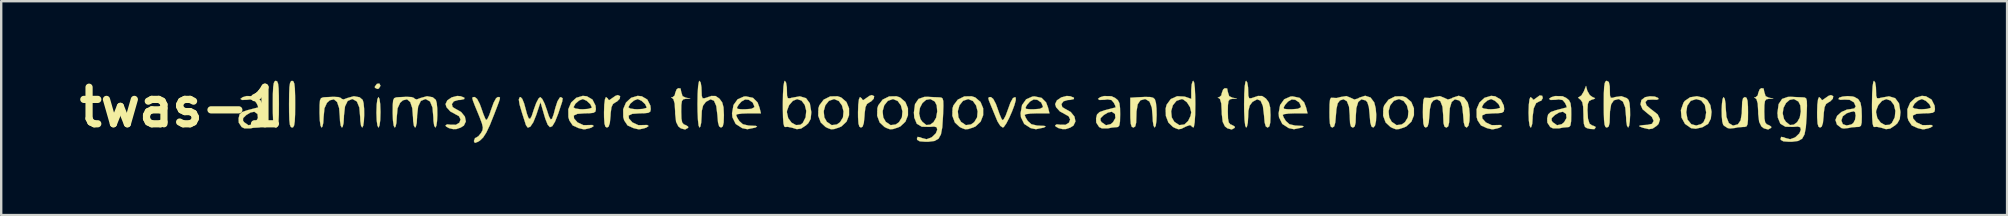
<source format=kicad_pcb>
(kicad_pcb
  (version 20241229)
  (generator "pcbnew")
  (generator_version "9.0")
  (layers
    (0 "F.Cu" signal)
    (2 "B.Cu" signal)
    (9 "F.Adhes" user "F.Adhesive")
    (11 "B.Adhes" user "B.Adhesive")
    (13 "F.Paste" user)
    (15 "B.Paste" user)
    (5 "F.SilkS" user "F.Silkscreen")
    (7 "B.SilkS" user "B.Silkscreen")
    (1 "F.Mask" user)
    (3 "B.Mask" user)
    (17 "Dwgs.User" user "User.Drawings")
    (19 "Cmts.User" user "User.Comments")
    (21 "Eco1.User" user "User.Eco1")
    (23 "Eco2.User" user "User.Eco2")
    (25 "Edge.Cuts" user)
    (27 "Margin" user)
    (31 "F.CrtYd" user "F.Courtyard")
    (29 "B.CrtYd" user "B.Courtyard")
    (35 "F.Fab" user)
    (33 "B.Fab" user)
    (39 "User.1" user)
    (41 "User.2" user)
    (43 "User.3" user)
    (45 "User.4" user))
  (footprint "twas-1"
    (layer "F.Cu")
    (at 4.507 1.418)
    (property "Reference" "twas-1" (at 0 0 0) (layer "F.SilkS") (effects (font (size 1.524 1.524) (thickness 0.3))))
    (attr through_hole)
    (fp_poly (pts (xy 8.297 -0.896) (xy 8.229 -0.779) (xy 8.163 -0.762) (xy 8.065 -0.811) (xy 8.063 -0.863) (xy 8.147 -0.974) (xy 8.248 -0.989) (xy 8.297 -0.896)) (stroke (width 0.01) (type solid)) (fill yes) (layer "F.SilkS"))
    (fp_poly (pts (xy 8.255 -0.345) (xy 8.285 -0.131) (xy 8.297 0.182) (xy 8.297 0.212) (xy 8.287 0.532) (xy 8.258 0.755) (xy 8.217 0.846) (xy 8.213 0.847) (xy 8.17 0.768) (xy 8.14 0.555) (xy 8.128 0.241) (xy 8.128 0.212) (xy 8.139 -0.108) (xy 8.167 -0.331) (xy 8.209 -0.423) (xy 8.213 -0.423) (xy 8.255 -0.345)) (stroke (width 0.01) (type solid)) (fill yes) (layer "F.SilkS"))
    (fp_poly (pts (xy 3.993 -1.075) (xy 4.03 -0.979) (xy 4.052 -0.787) (xy 4.062 -0.474) (xy 4.064 -0.127) (xy 4.061 0.301) (xy 4.048 0.585) (xy 4.023 0.753) (xy 3.982 0.831) (xy 3.937 0.847) (xy 3.881 0.821) (xy 3.844 0.725) (xy 3.822 0.533) (xy 3.812 0.22) (xy 3.81 -0.127) (xy 3.813 -0.555) (xy 3.826 -0.839) (xy 3.851 -1.007) (xy 3.892 -1.085) (xy 3.937 -1.101) (xy 3.993 -1.075)) (stroke (width 0.01) (type solid)) (fill yes) (layer "F.SilkS"))
    (fp_poly (pts (xy 4.67 -1.075) (xy 4.707 -0.979) (xy 4.729 -0.787) (xy 4.739 -0.474) (xy 4.741 -0.127) (xy 4.738 0.301) (xy 4.725 0.585) (xy 4.7 0.753) (xy 4.66 0.831) (xy 4.614 0.847) (xy 4.559 0.821) (xy 4.521 0.725) (xy 4.499 0.533) (xy 4.489 0.22) (xy 4.487 -0.127) (xy 4.491 -0.555) (xy 4.503 -0.839) (xy 4.528 -1.007) (xy 4.569 -1.085) (xy 4.614 -1.101) (xy 4.67 -1.075)) (stroke (width 0.01) (type solid)) (fill yes) (layer "F.SilkS"))
    (fp_poly (pts (xy 56.703 -0.476) (xy 56.727 -0.381) (xy 56.66 -0.269) (xy 56.603 -0.254) (xy 56.451 -0.175) (xy 56.349 0.046) (xy 56.304 0.388) (xy 56.303 0.46) (xy 56.287 0.689) (xy 56.245 0.828) (xy 56.219 0.847) (xy 56.176 0.768) (xy 56.146 0.555) (xy 56.134 0.241) (xy 56.134 0.212) (xy 56.145 -0.108) (xy 56.173 -0.331) (xy 56.215 -0.423) (xy 56.219 -0.423) (xy 56.3 -0.358) (xy 56.303 -0.333) (xy 56.351 -0.311) (xy 56.436 -0.375) (xy 56.6 -0.493) (xy 56.703 -0.476)) (stroke (width 0.01) (type solid)) (fill yes) (layer "F.SilkS"))
    (fp_poly (pts (xy 18.282 -0.461) (xy 18.266 -0.354) (xy 18.155 -0.241) (xy 18.098 -0.211) (xy 17.985 -0.135) (xy 17.922 -0.003) (xy 17.889 0.234) (xy 17.882 0.36) (xy 17.853 0.656) (xy 17.801 0.81) (xy 17.733 0.847) (xy 17.668 0.81) (xy 17.63 0.68) (xy 17.613 0.427) (xy 17.611 0.212) (xy 17.621 -0.108) (xy 17.65 -0.331) (xy 17.691 -0.423) (xy 17.695 -0.423) (xy 17.775 -0.357) (xy 17.78 -0.326) (xy 17.829 -0.295) (xy 17.935 -0.368) (xy 18.092 -0.477) (xy 18.189 -0.508) (xy 18.282 -0.461)) (stroke (width 0.01) (type solid)) (fill yes) (layer "F.SilkS"))
    (fp_poly (pts (xy 28.866 -0.461) (xy 28.849 -0.354) (xy 28.738 -0.241) (xy 28.681 -0.211) (xy 28.568 -0.135) (xy 28.505 -0.003) (xy 28.473 0.234) (xy 28.465 0.36) (xy 28.436 0.656) (xy 28.384 0.81) (xy 28.317 0.847) (xy 28.252 0.81) (xy 28.213 0.68) (xy 28.196 0.427) (xy 28.194 0.212) (xy 28.205 -0.108) (xy 28.233 -0.331) (xy 28.275 -0.423) (xy 28.279 -0.423) (xy 28.359 -0.357) (xy 28.363 -0.326) (xy 28.412 -0.295) (xy 28.518 -0.368) (xy 28.676 -0.477) (xy 28.772 -0.508) (xy 28.866 -0.461)) (stroke (width 0.01) (type solid)) (fill yes) (layer "F.SilkS"))
    (fp_poly (pts (xy 68.828 -0.461) (xy 68.812 -0.354) (xy 68.701 -0.241) (xy 68.644 -0.211) (xy 68.531 -0.135) (xy 68.468 -0.003) (xy 68.435 0.234) (xy 68.428 0.36) (xy 68.399 0.656) (xy 68.347 0.81) (xy 68.279 0.847) (xy 68.214 0.81) (xy 68.176 0.68) (xy 68.159 0.427) (xy 68.157 0.212) (xy 68.167 -0.108) (xy 68.196 -0.331) (xy 68.237 -0.423) (xy 68.241 -0.423) (xy 68.321 -0.357) (xy 68.326 -0.326) (xy 68.375 -0.295) (xy 68.481 -0.368) (xy 68.638 -0.477) (xy 68.735 -0.508) (xy 68.828 -0.461)) (stroke (width 0.01) (type solid)) (fill yes) (layer "F.SilkS"))
    (fp_poly (pts (xy 33.828 -0.347) (xy 33.937 -0.143) (xy 33.997 0.021) (xy 34.089 0.281) (xy 34.17 0.473) (xy 34.206 0.537) (xy 34.264 0.504) (xy 34.348 0.345) (xy 34.418 0.156) (xy 34.544 -0.191) (xy 34.648 -0.38) (xy 34.736 -0.42) (xy 34.764 -0.401) (xy 34.767 -0.294) (xy 34.71 -0.085) (xy 34.611 0.178) (xy 34.492 0.448) (xy 34.372 0.678) (xy 34.271 0.822) (xy 34.23 0.847) (xy 34.124 0.776) (xy 34.011 0.6) (xy 33.989 0.55) (xy 33.868 0.257) (xy 33.744 -0.043) (xy 33.74 -0.053) (xy 33.649 -0.276) (xy 33.623 -0.385) (xy 33.659 -0.42) (xy 33.733 -0.423) (xy 33.828 -0.347)) (stroke (width 0.01) (type solid)) (fill yes) (layer "F.SilkS"))
    (fp_poly (pts (xy 20.8 -0.782) (xy 20.828 -0.638) (xy 20.883 -0.462) (xy 21.018 -0.398) (xy 21.209 -0.362) (xy 21.018 -0.35) (xy 20.913 -0.329) (xy 20.856 -0.256) (xy 20.832 -0.091) (xy 20.828 0.177) (xy 20.836 0.469) (xy 20.867 0.634) (xy 20.933 0.713) (xy 20.996 0.737) (xy 21.112 0.802) (xy 21.118 0.856) (xy 20.99 0.928) (xy 20.811 0.879) (xy 20.707 0.798) (xy 20.614 0.61) (xy 20.576 0.278) (xy 20.574 0.17) (xy 20.555 -0.153) (xy 20.502 -0.336) (xy 20.468 -0.367) (xy 20.406 -0.406) (xy 20.468 -0.417) (xy 20.556 -0.493) (xy 20.574 -0.584) (xy 20.633 -0.741) (xy 20.701 -0.793) (xy 20.8 -0.782)) (stroke (width 0.01) (type solid)) (fill yes) (layer "F.SilkS"))
    (fp_poly (pts (xy 43.575 -0.782) (xy 43.603 -0.638) (xy 43.659 -0.462) (xy 43.794 -0.398) (xy 43.984 -0.362) (xy 43.794 -0.35) (xy 43.688 -0.329) (xy 43.631 -0.256) (xy 43.608 -0.091) (xy 43.603 0.177) (xy 43.611 0.469) (xy 43.642 0.634) (xy 43.709 0.713) (xy 43.772 0.737) (xy 43.887 0.802) (xy 43.894 0.856) (xy 43.765 0.928) (xy 43.586 0.879) (xy 43.482 0.798) (xy 43.39 0.61) (xy 43.351 0.278) (xy 43.349 0.17) (xy 43.331 -0.153) (xy 43.278 -0.336) (xy 43.243 -0.367) (xy 43.181 -0.406) (xy 43.243 -0.417) (xy 43.331 -0.493) (xy 43.349 -0.584) (xy 43.408 -0.741) (xy 43.476 -0.793) (xy 43.575 -0.782)) (stroke (width 0.01) (type solid)) (fill yes) (layer "F.SilkS"))
    (fp_poly (pts (xy 65.927 -0.782) (xy 65.955 -0.638) (xy 66.011 -0.462) (xy 66.146 -0.398) (xy 66.336 -0.362) (xy 66.146 -0.35) (xy 66.04 -0.329) (xy 65.983 -0.256) (xy 65.96 -0.091) (xy 65.955 0.177) (xy 65.963 0.469) (xy 65.994 0.634) (xy 66.061 0.713) (xy 66.124 0.737) (xy 66.239 0.802) (xy 66.246 0.856) (xy 66.117 0.928) (xy 65.938 0.879) (xy 65.834 0.798) (xy 65.742 0.61) (xy 65.703 0.278) (xy 65.701 0.17) (xy 65.683 -0.153) (xy 65.63 -0.336) (xy 65.596 -0.367) (xy 65.533 -0.406) (xy 65.596 -0.417) (xy 65.683 -0.493) (xy 65.701 -0.584) (xy 65.76 -0.741) (xy 65.828 -0.793) (xy 65.927 -0.782)) (stroke (width 0.01) (type solid)) (fill yes) (layer "F.SilkS"))
    (fp_poly (pts (xy 11.637 -0.459) (xy 11.792 -0.397) (xy 11.788 -0.341) (xy 11.634 -0.305) (xy 11.534 -0.3) (xy 11.355 -0.247) (xy 11.271 -0.132) (xy 11.304 -0.008) (xy 11.403 0.055) (xy 11.658 0.199) (xy 11.813 0.391) (xy 11.854 0.592) (xy 11.771 0.765) (xy 11.636 0.849) (xy 11.459 0.909) (xy 11.325 0.912) (xy 11.155 0.873) (xy 11.029 0.802) (xy 11.007 0.754) (xy 11.076 0.713) (xy 11.219 0.728) (xy 11.439 0.731) (xy 11.584 0.644) (xy 11.634 0.511) (xy 11.569 0.375) (xy 11.423 0.294) (xy 11.204 0.174) (xy 11.048 -0.000283) (xy 11.007 -0.131) (xy 11.081 -0.286) (xy 11.263 -0.41) (xy 11.491 -0.47) (xy 11.637 -0.459)) (stroke (width 0.01) (type solid)) (fill yes) (layer "F.SilkS"))
    (fp_poly (pts (xy 37.037 -0.459) (xy 37.192 -0.397) (xy 37.188 -0.341) (xy 37.034 -0.305) (xy 36.934 -0.3) (xy 36.755 -0.247) (xy 36.671 -0.132) (xy 36.704 -0.008) (xy 36.803 0.055) (xy 37.058 0.199) (xy 37.213 0.391) (xy 37.254 0.592) (xy 37.171 0.765) (xy 37.036 0.849) (xy 36.859 0.909) (xy 36.725 0.912) (xy 36.555 0.873) (xy 36.429 0.802) (xy 36.407 0.754) (xy 36.476 0.713) (xy 36.619 0.728) (xy 36.839 0.731) (xy 36.984 0.644) (xy 37.034 0.511) (xy 36.969 0.375) (xy 36.823 0.294) (xy 36.604 0.174) (xy 36.448 -0.000283) (xy 36.407 -0.131) (xy 36.481 -0.286) (xy 36.663 -0.41) (xy 36.891 -0.47) (xy 37.037 -0.459)) (stroke (width 0.01) (type solid)) (fill yes) (layer "F.SilkS"))
    (fp_poly (pts (xy 58.582 -0.685) (xy 58.685 -0.505) (xy 58.798 -0.424) (xy 58.907 -0.377) (xy 58.861 -0.342) (xy 58.775 -0.318) (xy 58.658 -0.261) (xy 58.603 -0.135) (xy 58.589 0.108) (xy 58.589 0.112) (xy 58.609 0.471) (xy 58.673 0.682) (xy 58.787 0.761) (xy 58.81 0.762) (xy 58.917 0.811) (xy 58.928 0.847) (xy 58.876 0.913) (xy 58.706 0.905) (xy 58.568 0.873) (xy 58.485 0.821) (xy 58.44 0.695) (xy 58.422 0.457) (xy 58.42 0.294) (xy 58.409 -0.024) (xy 58.371 -0.214) (xy 58.295 -0.317) (xy 58.272 -0.332) (xy 58.194 -0.401) (xy 58.232 -0.421) (xy 58.337 -0.493) (xy 58.434 -0.656) (xy 58.528 -0.889) (xy 58.582 -0.685)) (stroke (width 0.01) (type solid)) (fill yes) (layer "F.SilkS"))
    (fp_poly (pts (xy 40.372 -0.425) (xy 40.494 -0.394) (xy 40.561 -0.332) (xy 40.565 -0.326) (xy 40.607 -0.183) (xy 40.631 0.05) (xy 40.637 0.321) (xy 40.626 0.578) (xy 40.599 0.771) (xy 40.555 0.847) (xy 40.555 0.847) (xy 40.507 0.77) (xy 40.477 0.575) (xy 40.471 0.418) (xy 40.437 0.017) (xy 40.338 -0.236) (xy 40.175 -0.337) (xy 40.146 -0.339) (xy 39.961 -0.288) (xy 39.848 -0.123) (xy 39.798 0.176) (xy 39.793 0.356) (xy 39.783 0.645) (xy 39.746 0.798) (xy 39.675 0.846) (xy 39.666 0.847) (xy 39.599 0.813) (xy 39.559 0.691) (xy 39.542 0.45) (xy 39.539 0.226) (xy 39.539 -0.395) (xy 39.815 -0.413) (xy 40.158 -0.43) (xy 40.372 -0.425)) (stroke (width 0.01) (type solid)) (fill yes) (layer "F.SilkS"))
    (fp_poly (pts (xy 61.391 -0.445) (xy 61.528 -0.39) (xy 61.553 -0.343) (xy 61.481 -0.311) (xy 61.311 -0.319) (xy 61.092 -0.309) (xy 61.004 -0.217) (xy 61.051 -0.076) (xy 61.236 0.084) (xy 61.254 0.094) (xy 61.512 0.297) (xy 61.611 0.503) (xy 61.549 0.698) (xy 61.469 0.778) (xy 61.305 0.889) (xy 61.149 0.914) (xy 60.924 0.862) (xy 60.875 0.847) (xy 60.75 0.797) (xy 60.76 0.765) (xy 60.918 0.744) (xy 61.087 0.733) (xy 61.277 0.692) (xy 61.34 0.58) (xy 61.341 0.557) (xy 61.27 0.402) (xy 61.091 0.257) (xy 61.087 0.255) (xy 60.883 0.083) (xy 60.797 -0.117) (xy 60.835 -0.3) (xy 60.988 -0.418) (xy 61.189 -0.457) (xy 61.391 -0.445)) (stroke (width 0.01) (type solid)) (fill yes) (layer "F.SilkS"))
    (fp_poly (pts (xy 63.437 -0.394) (xy 63.58 -0.3) (xy 63.708 -0.09) (xy 63.758 0.192) (xy 63.728 0.476) (xy 63.618 0.689) (xy 63.606 0.7) (xy 63.372 0.836) (xy 63.099 0.896) (xy 62.907 0.873) (xy 62.652 0.695) (xy 62.506 0.428) (xy 62.489 0.212) (xy 62.704 0.212) (xy 62.759 0.517) (xy 62.915 0.707) (xy 63.119 0.762) (xy 63.322 0.705) (xy 63.422 0.627) (xy 63.501 0.45) (xy 63.534 0.212) (xy 63.534 0.212) (xy 63.479 -0.094) (xy 63.323 -0.283) (xy 63.119 -0.339) (xy 62.889 -0.265) (xy 62.746 -0.059) (xy 62.704 0.212) (xy 62.489 0.212) (xy 62.481 0.118) (xy 62.588 -0.185) (xy 62.642 -0.262) (xy 62.864 -0.414) (xy 63.151 -0.459) (xy 63.437 -0.394)) (stroke (width 0.01) (type solid)) (fill yes) (layer "F.SilkS"))
    (fp_poly (pts (xy 27.49 -0.408) (xy 27.711 -0.22) (xy 27.82 0.043) (xy 27.82 0.333) (xy 27.715 0.601) (xy 27.506 0.798) (xy 27.411 0.841) (xy 27.203 0.909) (xy 27.072 0.919) (xy 26.935 0.869) (xy 26.842 0.823) (xy 26.641 0.635) (xy 26.536 0.355) (xy 26.541 0.165) (xy 26.764 0.165) (xy 26.79 0.422) (xy 26.895 0.607) (xy 27.099 0.746) (xy 27.314 0.717) (xy 27.447 0.622) (xy 27.568 0.421) (xy 27.59 0.173) (xy 27.527 -0.072) (xy 27.393 -0.26) (xy 27.202 -0.339) (xy 27.193 -0.339) (xy 26.981 -0.266) (xy 26.833 -0.081) (xy 26.764 0.165) (xy 26.541 0.165) (xy 26.545 0.041) (xy 26.583 -0.078) (xy 26.765 -0.318) (xy 27.037 -0.451) (xy 27.344 -0.457) (xy 27.49 -0.408)) (stroke (width 0.01) (type solid)) (fill yes) (layer "F.SilkS"))
    (fp_poly (pts (xy 29.945 -0.408) (xy 30.166 -0.22) (xy 30.275 0.043) (xy 30.276 0.333) (xy 30.17 0.601) (xy 29.961 0.798) (xy 29.867 0.841) (xy 29.658 0.909) (xy 29.527 0.919) (xy 29.39 0.869) (xy 29.298 0.823) (xy 29.096 0.635) (xy 28.992 0.355) (xy 28.997 0.165) (xy 29.219 0.165) (xy 29.245 0.422) (xy 29.35 0.607) (xy 29.554 0.746) (xy 29.769 0.717) (xy 29.902 0.622) (xy 30.023 0.421) (xy 30.045 0.173) (xy 29.983 -0.072) (xy 29.848 -0.26) (xy 29.657 -0.339) (xy 29.648 -0.339) (xy 29.437 -0.266) (xy 29.288 -0.081) (xy 29.219 0.165) (xy 28.997 0.165) (xy 29 0.041) (xy 29.038 -0.078) (xy 29.22 -0.318) (xy 29.492 -0.451) (xy 29.799 -0.457) (xy 29.945 -0.408)) (stroke (width 0.01) (type solid)) (fill yes) (layer "F.SilkS"))
    (fp_poly (pts (xy 33.078 -0.408) (xy 33.299 -0.22) (xy 33.408 0.043) (xy 33.408 0.333) (xy 33.303 0.601) (xy 33.094 0.798) (xy 32.999 0.841) (xy 32.791 0.909) (xy 32.66 0.919) (xy 32.523 0.869) (xy 32.43 0.823) (xy 32.229 0.635) (xy 32.124 0.355) (xy 32.129 0.165) (xy 32.352 0.165) (xy 32.378 0.422) (xy 32.483 0.607) (xy 32.687 0.746) (xy 32.902 0.717) (xy 33.035 0.622) (xy 33.156 0.421) (xy 33.178 0.173) (xy 33.115 -0.072) (xy 32.981 -0.26) (xy 32.79 -0.339) (xy 32.781 -0.339) (xy 32.569 -0.266) (xy 32.421 -0.081) (xy 32.352 0.165) (xy 32.129 0.165) (xy 32.133 0.041) (xy 32.171 -0.078) (xy 32.353 -0.318) (xy 32.625 -0.451) (xy 32.932 -0.457) (xy 33.078 -0.408)) (stroke (width 0.01) (type solid)) (fill yes) (layer "F.SilkS"))
    (fp_poly (pts (xy 51.027 -0.408) (xy 51.248 -0.22) (xy 51.357 0.043) (xy 51.358 0.333) (xy 51.252 0.601) (xy 51.043 0.798) (xy 50.949 0.841) (xy 50.74 0.909) (xy 50.609 0.919) (xy 50.472 0.869) (xy 50.38 0.823) (xy 50.178 0.635) (xy 50.074 0.355) (xy 50.079 0.165) (xy 50.301 0.165) (xy 50.327 0.422) (xy 50.432 0.607) (xy 50.636 0.746) (xy 50.851 0.717) (xy 50.984 0.622) (xy 51.105 0.421) (xy 51.127 0.173) (xy 51.065 -0.072) (xy 50.93 -0.26) (xy 50.739 -0.339) (xy 50.73 -0.339) (xy 50.519 -0.266) (xy 50.37 -0.081) (xy 50.301 0.165) (xy 50.079 0.165) (xy 50.082 0.041) (xy 50.12 -0.078) (xy 50.302 -0.318) (xy 50.574 -0.451) (xy 50.881 -0.457) (xy 51.027 -0.408)) (stroke (width 0.01) (type solid)) (fill yes) (layer "F.SilkS"))
    (fp_poly (pts (xy 65.218 -0.39) (xy 65.258 -0.269) (xy 65.275 -0.029) (xy 65.278 0.203) (xy 65.275 0.523) (xy 65.258 0.709) (xy 65.216 0.797) (xy 65.139 0.821) (xy 65.088 0.821) (xy 64.85 0.838) (xy 64.728 0.865) (xy 64.527 0.886) (xy 64.431 0.869) (xy 64.279 0.771) (xy 64.242 0.728) (xy 64.204 0.593) (xy 64.184 0.366) (xy 64.18 0.098) (xy 64.193 -0.158) (xy 64.22 -0.349) (xy 64.262 -0.423) (xy 64.31 -0.347) (xy 64.341 -0.152) (xy 64.347 0.006) (xy 64.38 0.406) (xy 64.479 0.659) (xy 64.642 0.76) (xy 64.671 0.762) (xy 64.856 0.711) (xy 64.969 0.547) (xy 65.019 0.248) (xy 65.024 0.068) (xy 65.034 -0.222) (xy 65.071 -0.375) (xy 65.142 -0.423) (xy 65.151 -0.423) (xy 65.218 -0.39)) (stroke (width 0.01) (type solid)) (fill yes) (layer "F.SilkS"))
    (fp_poly (pts (xy 23.818 -0.391) (xy 24.008 -0.202) (xy 24.091 0.021) (xy 24.148 0.254) (xy 23.631 0.254) (xy 23.361 0.264) (xy 23.173 0.289) (xy 23.114 0.32) (xy 23.158 0.432) (xy 23.246 0.574) (xy 23.396 0.709) (xy 23.63 0.763) (xy 23.733 0.768) (xy 23.938 0.778) (xy 23.989 0.805) (xy 23.918 0.847) (xy 23.584 0.916) (xy 23.368 0.871) (xy 23.096 0.696) (xy 22.961 0.421) (xy 22.945 0.25) (xy 22.988 0.01) (xy 23.151 0.01) (xy 23.17 0.066) (xy 23.307 0.083) (xy 23.485 0.085) (xy 23.748 0.066) (xy 23.866 0.006) (xy 23.876 -0.032) (xy 23.804 -0.199) (xy 23.636 -0.311) (xy 23.488 -0.324) (xy 23.336 -0.236) (xy 23.22 -0.106) (xy 23.151 0.01) (xy 22.988 0.01) (xy 23.006 -0.092) (xy 23.178 -0.332) (xy 23.441 -0.446) (xy 23.528 -0.452) (xy 23.818 -0.391)) (stroke (width 0.01) (type solid)) (fill yes) (layer "F.SilkS"))
    (fp_poly (pts (xy 35.841 -0.391) (xy 36.031 -0.202) (xy 36.114 0.021) (xy 36.171 0.254) (xy 35.654 0.254) (xy 35.383 0.264) (xy 35.196 0.289) (xy 35.137 0.32) (xy 35.181 0.432) (xy 35.268 0.574) (xy 35.419 0.709) (xy 35.653 0.763) (xy 35.755 0.768) (xy 35.96 0.778) (xy 36.012 0.805) (xy 35.941 0.847) (xy 35.607 0.916) (xy 35.391 0.871) (xy 35.119 0.696) (xy 34.984 0.421) (xy 34.967 0.25) (xy 35.011 0.01) (xy 35.174 0.01) (xy 35.193 0.066) (xy 35.329 0.083) (xy 35.507 0.085) (xy 35.771 0.066) (xy 35.888 0.006) (xy 35.899 -0.032) (xy 35.826 -0.199) (xy 35.659 -0.311) (xy 35.511 -0.324) (xy 35.359 -0.236) (xy 35.242 -0.106) (xy 35.174 0.01) (xy 35.011 0.01) (xy 35.029 -0.092) (xy 35.201 -0.332) (xy 35.464 -0.446) (xy 35.551 -0.452) (xy 35.841 -0.391)) (stroke (width 0.01) (type solid)) (fill yes) (layer "F.SilkS"))
    (fp_poly (pts (xy 46.593 -0.391) (xy 46.783 -0.202) (xy 46.867 0.021) (xy 46.924 0.254) (xy 46.407 0.254) (xy 46.136 0.264) (xy 45.949 0.289) (xy 45.889 0.32) (xy 45.933 0.432) (xy 46.021 0.574) (xy 46.171 0.709) (xy 46.405 0.763) (xy 46.508 0.768) (xy 46.713 0.778) (xy 46.764 0.805) (xy 46.694 0.847) (xy 46.36 0.916) (xy 46.143 0.871) (xy 45.872 0.696) (xy 45.736 0.421) (xy 45.72 0.25) (xy 45.763 0.01) (xy 45.927 0.01) (xy 45.946 0.066) (xy 46.082 0.083) (xy 46.26 0.085) (xy 46.524 0.066) (xy 46.641 0.006) (xy 46.651 -0.032) (xy 46.579 -0.199) (xy 46.412 -0.311) (xy 46.263 -0.324) (xy 46.111 -0.236) (xy 45.995 -0.106) (xy 45.927 0.01) (xy 45.763 0.01) (xy 45.782 -0.092) (xy 45.953 -0.332) (xy 46.216 -0.446) (xy 46.304 -0.452) (xy 46.593 -0.391)) (stroke (width 0.01) (type solid)) (fill yes) (layer "F.SilkS"))
    (fp_poly (pts (xy 13.274 -0.408) (xy 13.27 -0.343) (xy 13.223 -0.2) (xy 13.128 0.051) (xy 13.033 0.298) (xy 12.855 0.743) (xy 12.707 1.054) (xy 12.574 1.261) (xy 12.437 1.392) (xy 12.361 1.439) (xy 12.231 1.487) (xy 12.192 1.419) (xy 12.192 1.4) (xy 12.236 1.285) (xy 12.275 1.27) (xy 12.377 1.206) (xy 12.487 1.072) (xy 12.547 0.96) (xy 12.562 0.842) (xy 12.524 0.676) (xy 12.428 0.417) (xy 12.362 0.256) (xy 12.227 -0.071) (xy 12.15 -0.272) (xy 12.123 -0.377) (xy 12.14 -0.418) (xy 12.197 -0.424) (xy 12.228 -0.423) (xy 12.323 -0.347) (xy 12.431 -0.143) (xy 12.492 0.021) (xy 12.582 0.28) (xy 12.661 0.47) (xy 12.696 0.532) (xy 12.749 0.493) (xy 12.828 0.328) (xy 12.911 0.087) (xy 13.012 -0.191) (xy 13.112 -0.373) (xy 13.179 -0.423) (xy 13.242 -0.424) (xy 13.274 -0.408)) (stroke (width 0.01) (type solid)) (fill yes) (layer "F.SilkS"))
    (fp_poly (pts (xy 59.478 -1.051) (xy 59.516 -0.88) (xy 59.521 -0.722) (xy 59.526 -0.491) (xy 59.56 -0.393) (xy 59.647 -0.393) (xy 59.732 -0.423) (xy 60.001 -0.461) (xy 60.228 -0.379) (xy 60.303 -0.303) (xy 60.341 -0.169) (xy 60.361 0.057) (xy 60.365 0.325) (xy 60.352 0.58) (xy 60.324 0.772) (xy 60.283 0.847) (xy 60.235 0.77) (xy 60.204 0.575) (xy 60.198 0.418) (xy 60.164 0.017) (xy 60.065 -0.236) (xy 59.903 -0.337) (xy 59.873 -0.339) (xy 59.688 -0.288) (xy 59.576 -0.123) (xy 59.526 0.176) (xy 59.521 0.356) (xy 59.51 0.645) (xy 59.474 0.798) (xy 59.403 0.846) (xy 59.394 0.847) (xy 59.338 0.821) (xy 59.301 0.725) (xy 59.279 0.533) (xy 59.269 0.22) (xy 59.267 -0.127) (xy 59.27 -0.555) (xy 59.283 -0.839) (xy 59.308 -1.007) (xy 59.348 -1.085) (xy 59.394 -1.101) (xy 59.478 -1.051)) (stroke (width 0.01) (type solid)) (fill yes) (layer "F.SilkS"))
    (fp_poly (pts (xy 21.64 -1.025) (xy 21.67 -0.833) (xy 21.675 -0.711) (xy 21.683 -0.475) (xy 21.718 -0.374) (xy 21.797 -0.372) (xy 21.823 -0.382) (xy 22.083 -0.47) (xy 22.257 -0.467) (xy 22.406 -0.369) (xy 22.429 -0.346) (xy 22.536 -0.199) (xy 22.59 0.004) (xy 22.606 0.318) (xy 22.606 0.339) (xy 22.596 0.636) (xy 22.56 0.795) (xy 22.491 0.846) (xy 22.483 0.847) (xy 22.408 0.798) (xy 22.361 0.633) (xy 22.335 0.327) (xy 22.335 0.326) (xy 22.288 -0.052) (xy 22.193 -0.271) (xy 22.05 -0.33) (xy 21.861 -0.227) (xy 21.849 -0.216) (xy 21.737 -0.067) (xy 21.685 0.151) (xy 21.675 0.394) (xy 21.66 0.645) (xy 21.624 0.809) (xy 21.59 0.847) (xy 21.552 0.766) (xy 21.525 0.536) (xy 21.509 0.178) (xy 21.505 -0.127) (xy 21.512 -0.56) (xy 21.532 -0.879) (xy 21.564 -1.063) (xy 21.59 -1.101) (xy 21.64 -1.025)) (stroke (width 0.01) (type solid)) (fill yes) (layer "F.SilkS"))
    (fp_poly (pts (xy 44.415 -1.025) (xy 44.446 -0.833) (xy 44.45 -0.711) (xy 44.458 -0.475) (xy 44.494 -0.374) (xy 44.572 -0.372) (xy 44.598 -0.382) (xy 44.858 -0.47) (xy 45.032 -0.467) (xy 45.181 -0.369) (xy 45.204 -0.346) (xy 45.311 -0.199) (xy 45.365 0.004) (xy 45.381 0.318) (xy 45.381 0.339) (xy 45.371 0.636) (xy 45.335 0.795) (xy 45.266 0.846) (xy 45.258 0.847) (xy 45.184 0.798) (xy 45.137 0.633) (xy 45.11 0.327) (xy 45.11 0.326) (xy 45.063 -0.052) (xy 44.968 -0.271) (xy 44.825 -0.33) (xy 44.636 -0.227) (xy 44.624 -0.216) (xy 44.513 -0.067) (xy 44.46 0.151) (xy 44.45 0.394) (xy 44.436 0.645) (xy 44.399 0.809) (xy 44.365 0.847) (xy 44.328 0.766) (xy 44.3 0.536) (xy 44.284 0.178) (xy 44.281 -0.127) (xy 44.288 -0.56) (xy 44.308 -0.879) (xy 44.339 -1.063) (xy 44.365 -1.101) (xy 44.415 -1.025)) (stroke (width 0.01) (type solid)) (fill yes) (layer "F.SilkS"))
    (fp_poly (pts (xy 69.626 -0.45) (xy 69.711 -0.428) (xy 69.87 -0.337) (xy 69.965 -0.186) (xy 70.009 0.061) (xy 70.019 0.379) (xy 70.013 0.64) (xy 69.982 0.773) (xy 69.908 0.819) (xy 69.829 0.821) (xy 69.591 0.838) (xy 69.469 0.865) (xy 69.269 0.886) (xy 69.173 0.869) (xy 68.983 0.722) (xy 68.928 0.553) (xy 69.167 0.553) (xy 69.229 0.706) (xy 69.385 0.76) (xy 69.577 0.72) (xy 69.664 0.66) (xy 69.737 0.522) (xy 69.763 0.347) (xy 69.739 0.208) (xy 69.686 0.169) (xy 69.554 0.197) (xy 69.39 0.252) (xy 69.226 0.378) (xy 69.167 0.553) (xy 68.928 0.553) (xy 68.92 0.529) (xy 68.992 0.356) (xy 69.171 0.198) (xy 69.4 0.098) (xy 69.511 0.085) (xy 69.707 0.05) (xy 69.765 -0.032) (xy 69.692 -0.203) (xy 69.509 -0.309) (xy 69.298 -0.318) (xy 69.124 -0.308) (xy 69.045 -0.34) (xy 69.078 -0.401) (xy 69.223 -0.445) (xy 69.425 -0.464) (xy 69.626 -0.45)) (stroke (width 0.01) (type solid)) (fill yes) (layer "F.SilkS"))
    (fp_poly (pts (xy 15.889 -0.372) (xy 15.868 -0.233) (xy 15.703 0.265) (xy 15.568 0.604) (xy 15.455 0.79) (xy 15.357 0.83) (xy 15.264 0.729) (xy 15.169 0.493) (xy 15.117 0.321) (xy 14.964 -0.212) (xy 14.789 0.318) (xy 14.665 0.625) (xy 14.543 0.808) (xy 14.436 0.853) (xy 14.358 0.747) (xy 14.356 0.741) (xy 14.312 0.603) (xy 14.237 0.369) (xy 14.189 0.218) (xy 14.091 -0.118) (xy 14.06 -0.321) (xy 14.094 -0.412) (xy 14.136 -0.423) (xy 14.204 -0.349) (xy 14.28 -0.163) (xy 14.308 -0.064) (xy 14.4 0.278) (xy 14.469 0.459) (xy 14.531 0.486) (xy 14.598 0.366) (xy 14.684 0.103) (xy 14.686 0.096) (xy 14.785 -0.176) (xy 14.883 -0.363) (xy 14.954 -0.423) (xy 15.035 -0.348) (xy 15.135 -0.151) (xy 15.224 0.097) (xy 15.317 0.379) (xy 15.385 0.508) (xy 15.444 0.481) (xy 15.512 0.295) (xy 15.584 0.021) (xy 15.672 -0.249) (xy 15.767 -0.402) (xy 15.812 -0.423) (xy 15.889 -0.372)) (stroke (width 0.01) (type solid)) (fill yes) (layer "F.SilkS"))
    (fp_poly (pts (xy 16.898 -0.456) (xy 17.131 -0.318) (xy 17.257 -0.067) (xy 17.272 0.079) (xy 17.253 0.18) (xy 17.17 0.233) (xy 16.982 0.252) (xy 16.806 0.254) (xy 16.499 0.276) (xy 16.352 0.345) (xy 16.361 0.467) (xy 16.507 0.632) (xy 16.755 0.747) (xy 16.93 0.744) (xy 17.125 0.739) (xy 17.182 0.782) (xy 17.089 0.848) (xy 16.997 0.878) (xy 16.831 0.915) (xy 16.764 0.92) (xy 16.656 0.895) (xy 16.552 0.87) (xy 16.306 0.759) (xy 16.166 0.55) (xy 16.126 0.412) (xy 16.123 0.083) (xy 16.155 0.006) (xy 16.341 0.006) (xy 16.416 0.053) (xy 16.608 0.081) (xy 16.722 0.085) (xy 16.949 0.069) (xy 17.085 0.03) (xy 17.103 0.006) (xy 17.037 -0.131) (xy 16.89 -0.267) (xy 16.736 -0.338) (xy 16.722 -0.339) (xy 16.571 -0.279) (xy 16.419 -0.147) (xy 16.342 -0.007) (xy 16.341 0.006) (xy 16.155 0.006) (xy 16.241 -0.196) (xy 16.453 -0.393) (xy 16.727 -0.474) (xy 16.898 -0.456)) (stroke (width 0.01) (type solid)) (fill yes) (layer "F.SilkS"))
    (fp_poly (pts (xy 19.184 -0.456) (xy 19.417 -0.318) (xy 19.543 -0.067) (xy 19.558 0.079) (xy 19.539 0.18) (xy 19.456 0.233) (xy 19.268 0.252) (xy 19.092 0.254) (xy 18.785 0.276) (xy 18.638 0.345) (xy 18.647 0.467) (xy 18.793 0.632) (xy 19.041 0.747) (xy 19.216 0.744) (xy 19.411 0.739) (xy 19.468 0.782) (xy 19.375 0.848) (xy 19.283 0.878) (xy 19.117 0.915) (xy 19.05 0.92) (xy 18.942 0.895) (xy 18.838 0.87) (xy 18.592 0.759) (xy 18.452 0.55) (xy 18.412 0.412) (xy 18.409 0.083) (xy 18.441 0.006) (xy 18.627 0.006) (xy 18.702 0.053) (xy 18.894 0.081) (xy 19.008 0.085) (xy 19.235 0.069) (xy 19.371 0.03) (xy 19.389 0.006) (xy 19.323 -0.131) (xy 19.176 -0.267) (xy 19.022 -0.338) (xy 19.008 -0.339) (xy 18.857 -0.279) (xy 18.705 -0.147) (xy 18.628 -0.007) (xy 18.627 0.006) (xy 18.441 0.006) (xy 18.527 -0.196) (xy 18.739 -0.393) (xy 19.013 -0.474) (xy 19.184 -0.456)) (stroke (width 0.01) (type solid)) (fill yes) (layer "F.SilkS"))
    (fp_poly (pts (xy 25.196 -1.025) (xy 25.227 -0.833) (xy 25.231 -0.714) (xy 25.237 -0.48) (xy 25.271 -0.379) (xy 25.355 -0.372) (xy 25.421 -0.392) (xy 25.771 -0.455) (xy 26.028 -0.378) (xy 26.187 -0.162) (xy 26.246 0.19) (xy 26.247 0.222) (xy 26.221 0.488) (xy 26.122 0.666) (xy 26.024 0.756) (xy 25.82 0.89) (xy 25.645 0.914) (xy 25.442 0.852) (xy 25.257 0.815) (xy 25.167 0.825) (xy 25.12 0.802) (xy 25.088 0.678) (xy 25.069 0.432) (xy 25.065 0.212) (xy 25.231 0.212) (xy 25.286 0.456) (xy 25.425 0.642) (xy 25.608 0.743) (xy 25.792 0.732) (xy 25.891 0.656) (xy 26.012 0.416) (xy 26.037 0.149) (xy 25.975 -0.098) (xy 25.839 -0.276) (xy 25.657 -0.339) (xy 25.478 -0.265) (xy 25.322 -0.084) (xy 25.236 0.145) (xy 25.231 0.212) (xy 25.065 0.212) (xy 25.062 0.044) (xy 25.061 -0.118) (xy 25.068 -0.554) (xy 25.088 -0.875) (xy 25.119 -1.061) (xy 25.146 -1.101) (xy 25.196 -1.025)) (stroke (width 0.01) (type solid)) (fill yes) (layer "F.SilkS"))
    (fp_poly (pts (xy 54.744 -0.456) (xy 54.977 -0.318) (xy 55.103 -0.067) (xy 55.118 0.079) (xy 55.099 0.18) (xy 55.016 0.233) (xy 54.828 0.252) (xy 54.652 0.254) (xy 54.345 0.276) (xy 54.198 0.345) (xy 54.207 0.467) (xy 54.353 0.632) (xy 54.601 0.747) (xy 54.776 0.744) (xy 54.971 0.739) (xy 55.028 0.782) (xy 54.935 0.848) (xy 54.843 0.878) (xy 54.677 0.915) (xy 54.61 0.92) (xy 54.502 0.895) (xy 54.398 0.87) (xy 54.152 0.759) (xy 54.012 0.55) (xy 53.972 0.412) (xy 53.969 0.083) (xy 54.001 0.006) (xy 54.187 0.006) (xy 54.262 0.053) (xy 54.454 0.081) (xy 54.568 0.085) (xy 54.795 0.069) (xy 54.931 0.03) (xy 54.949 0.006) (xy 54.883 -0.131) (xy 54.736 -0.267) (xy 54.582 -0.338) (xy 54.568 -0.339) (xy 54.417 -0.279) (xy 54.265 -0.147) (xy 54.188 -0.007) (xy 54.187 0.006) (xy 54.001 0.006) (xy 54.087 -0.196) (xy 54.299 -0.393) (xy 54.573 -0.474) (xy 54.744 -0.456)) (stroke (width 0.01) (type solid)) (fill yes) (layer "F.SilkS"))
    (fp_poly (pts (xy 70.578 -1.025) (xy 70.608 -0.833) (xy 70.612 -0.714) (xy 70.618 -0.48) (xy 70.652 -0.379) (xy 70.736 -0.372) (xy 70.802 -0.392) (xy 71.152 -0.455) (xy 71.409 -0.378) (xy 71.569 -0.162) (xy 71.628 0.19) (xy 71.628 0.222) (xy 71.602 0.488) (xy 71.504 0.666) (xy 71.405 0.756) (xy 71.201 0.89) (xy 71.027 0.914) (xy 70.824 0.852) (xy 70.639 0.815) (xy 70.549 0.825) (xy 70.501 0.802) (xy 70.469 0.678) (xy 70.451 0.432) (xy 70.446 0.212) (xy 70.612 0.212) (xy 70.667 0.456) (xy 70.807 0.642) (xy 70.989 0.743) (xy 71.174 0.732) (xy 71.272 0.656) (xy 71.394 0.416) (xy 71.418 0.149) (xy 71.357 -0.098) (xy 71.221 -0.276) (xy 71.038 -0.339) (xy 70.86 -0.265) (xy 70.704 -0.084) (xy 70.617 0.145) (xy 70.612 0.212) (xy 70.446 0.212) (xy 70.443 0.044) (xy 70.443 -0.118) (xy 70.45 -0.554) (xy 70.469 -0.875) (xy 70.5 -1.061) (xy 70.527 -1.101) (xy 70.578 -1.025)) (stroke (width 0.01) (type solid)) (fill yes) (layer "F.SilkS"))
    (fp_poly (pts (xy 72.693 -0.456) (xy 72.927 -0.318) (xy 73.052 -0.067) (xy 73.067 0.079) (xy 73.049 0.18) (xy 72.965 0.233) (xy 72.777 0.252) (xy 72.602 0.254) (xy 72.294 0.276) (xy 72.147 0.345) (xy 72.156 0.467) (xy 72.302 0.632) (xy 72.55 0.747) (xy 72.725 0.744) (xy 72.92 0.739) (xy 72.978 0.782) (xy 72.884 0.848) (xy 72.792 0.878) (xy 72.627 0.915) (xy 72.559 0.92) (xy 72.451 0.895) (xy 72.348 0.87) (xy 72.101 0.759) (xy 71.961 0.55) (xy 71.922 0.412) (xy 71.918 0.083) (xy 71.951 0.006) (xy 72.136 0.006) (xy 72.212 0.053) (xy 72.403 0.081) (xy 72.517 0.085) (xy 72.744 0.069) (xy 72.881 0.03) (xy 72.898 0.006) (xy 72.833 -0.131) (xy 72.686 -0.267) (xy 72.531 -0.338) (xy 72.517 -0.339) (xy 72.366 -0.279) (xy 72.215 -0.147) (xy 72.137 -0.007) (xy 72.136 0.006) (xy 71.951 0.006) (xy 72.037 -0.196) (xy 72.248 -0.393) (xy 72.523 -0.474) (xy 72.693 -0.456)) (stroke (width 0.01) (type solid)) (fill yes) (layer "F.SilkS"))
    (fp_poly (pts (xy 3.023 -0.46) (xy 3.178 -0.387) (xy 3.293 -0.292) (xy 3.356 -0.168) (xy 3.382 0.036) (xy 3.387 0.293) (xy 3.38 0.591) (xy 3.354 0.755) (xy 3.299 0.822) (xy 3.239 0.83) (xy 3.041 0.847) (xy 2.879 0.881) (xy 2.627 0.881) (xy 2.512 0.825) (xy 2.391 0.641) (xy 2.388 0.556) (xy 2.568 0.556) (xy 2.617 0.625) (xy 2.796 0.75) (xy 2.988 0.707) (xy 3.089 0.625) (xy 3.19 0.448) (xy 3.172 0.282) (xy 3.043 0.189) (xy 3.04 0.188) (xy 2.882 0.219) (xy 2.705 0.325) (xy 2.573 0.454) (xy 2.568 0.556) (xy 2.388 0.556) (xy 2.385 0.461) (xy 2.425 0.3) (xy 2.529 0.201) (xy 2.747 0.125) (xy 2.794 0.113) (xy 3.024 0.053) (xy 3.173 0.014) (xy 3.199 0.007) (xy 3.184 -0.062) (xy 3.127 -0.179) (xy 3.025 -0.3) (xy 2.864 -0.326) (xy 2.743 -0.311) (xy 2.527 -0.302) (xy 2.462 -0.348) (xy 2.554 -0.418) (xy 2.713 -0.466) (xy 3.023 -0.46)) (stroke (width 0.01) (type solid)) (fill yes) (layer "F.SilkS"))
    (fp_poly (pts (xy 38.752 -0.46) (xy 38.908 -0.387) (xy 39.023 -0.292) (xy 39.086 -0.168) (xy 39.112 0.036) (xy 39.116 0.293) (xy 39.11 0.591) (xy 39.084 0.755) (xy 39.029 0.822) (xy 38.968 0.83) (xy 38.771 0.847) (xy 38.608 0.881) (xy 38.357 0.881) (xy 38.241 0.825) (xy 38.12 0.641) (xy 38.117 0.556) (xy 38.298 0.556) (xy 38.346 0.625) (xy 38.525 0.75) (xy 38.717 0.707) (xy 38.818 0.625) (xy 38.919 0.448) (xy 38.902 0.282) (xy 38.772 0.189) (xy 38.769 0.188) (xy 38.612 0.219) (xy 38.434 0.325) (xy 38.302 0.454) (xy 38.298 0.556) (xy 38.117 0.556) (xy 38.114 0.461) (xy 38.154 0.3) (xy 38.259 0.201) (xy 38.476 0.125) (xy 38.523 0.113) (xy 38.754 0.053) (xy 38.902 0.014) (xy 38.928 0.007) (xy 38.913 -0.062) (xy 38.857 -0.179) (xy 38.755 -0.3) (xy 38.593 -0.326) (xy 38.473 -0.311) (xy 38.256 -0.302) (xy 38.191 -0.348) (xy 38.283 -0.418) (xy 38.442 -0.466) (xy 38.752 -0.46)) (stroke (width 0.01) (type solid)) (fill yes) (layer "F.SilkS"))
    (fp_poly (pts (xy 42.202 -1.02) (xy 42.229 -0.79) (xy 42.245 -0.432) (xy 42.249 -0.127) (xy 42.242 0.306) (xy 42.222 0.625) (xy 42.19 0.809) (xy 42.164 0.847) (xy 42.082 0.786) (xy 42.079 0.767) (xy 42.016 0.746) (xy 41.861 0.801) (xy 41.846 0.809) (xy 41.662 0.9) (xy 41.542 0.918) (xy 41.402 0.865) (xy 41.317 0.822) (xy 41.129 0.642) (xy 41.022 0.365) (xy 41.015 0.165) (xy 41.241 0.165) (xy 41.267 0.423) (xy 41.373 0.607) (xy 41.582 0.745) (xy 41.793 0.719) (xy 41.948 0.574) (xy 42.049 0.366) (xy 42.079 0.212) (xy 42.026 -0.007) (xy 41.898 -0.207) (xy 41.739 -0.327) (xy 41.679 -0.339) (xy 41.463 -0.266) (xy 41.312 -0.081) (xy 41.241 0.165) (xy 41.015 0.165) (xy 41.012 0.055) (xy 41.054 -0.107) (xy 41.226 -0.34) (xy 41.491 -0.459) (xy 41.799 -0.444) (xy 41.84 -0.431) (xy 42.079 -0.347) (xy 42.079 -0.724) (xy 42.096 -0.95) (xy 42.139 -1.084) (xy 42.164 -1.101) (xy 42.202 -1.02)) (stroke (width 0.01) (type solid)) (fill yes) (layer "F.SilkS"))
    (fp_poly (pts (xy 57.548 -0.46) (xy 57.704 -0.387) (xy 57.819 -0.292) (xy 57.882 -0.168) (xy 57.908 0.036) (xy 57.912 0.293) (xy 57.906 0.591) (xy 57.88 0.755) (xy 57.825 0.822) (xy 57.764 0.83) (xy 57.567 0.847) (xy 57.404 0.881) (xy 57.153 0.881) (xy 57.037 0.825) (xy 56.916 0.641) (xy 56.913 0.556) (xy 57.094 0.556) (xy 57.142 0.625) (xy 57.321 0.75) (xy 57.513 0.707) (xy 57.614 0.625) (xy 57.715 0.448) (xy 57.698 0.282) (xy 57.568 0.189) (xy 57.565 0.188) (xy 57.408 0.219) (xy 57.23 0.325) (xy 57.098 0.454) (xy 57.094 0.556) (xy 56.913 0.556) (xy 56.91 0.461) (xy 56.95 0.3) (xy 57.055 0.201) (xy 57.272 0.125) (xy 57.319 0.113) (xy 57.55 0.053) (xy 57.698 0.014) (xy 57.724 0.007) (xy 57.709 -0.062) (xy 57.653 -0.179) (xy 57.551 -0.3) (xy 57.389 -0.326) (xy 57.269 -0.311) (xy 57.052 -0.302) (xy 56.987 -0.348) (xy 57.079 -0.418) (xy 57.238 -0.466) (xy 57.548 -0.46)) (stroke (width 0.01) (type solid)) (fill yes) (layer "F.SilkS"))
    (fp_poly (pts (xy 7.427 -0.415) (xy 7.555 -0.306) (xy 7.593 -0.17) (xy 7.614 0.058) (xy 7.617 0.326) (xy 7.605 0.581) (xy 7.577 0.773) (xy 7.535 0.847) (xy 7.487 0.77) (xy 7.457 0.575) (xy 7.451 0.418) (xy 7.416 0.012) (xy 7.313 -0.239) (xy 7.141 -0.337) (xy 7.112 -0.339) (xy 6.93 -0.262) (xy 6.818 -0.032) (xy 6.774 0.353) (xy 6.773 0.418) (xy 6.758 0.661) (xy 6.72 0.816) (xy 6.689 0.847) (xy 6.641 0.77) (xy 6.61 0.575) (xy 6.604 0.418) (xy 6.573 0.034) (xy 6.488 -0.218) (xy 6.355 -0.329) (xy 6.186 -0.289) (xy 6.067 -0.184) (xy 5.961 0.047) (xy 5.927 0.409) (xy 5.912 0.655) (xy 5.874 0.814) (xy 5.842 0.847) (xy 5.799 0.768) (xy 5.769 0.556) (xy 5.757 0.245) (xy 5.757 0.222) (xy 5.76 -0.098) (xy 5.776 -0.285) (xy 5.819 -0.377) (xy 5.903 -0.41) (xy 5.99 -0.418) (xy 6.339 -0.434) (xy 6.55 -0.423) (xy 6.651 -0.383) (xy 6.669 -0.354) (xy 6.757 -0.324) (xy 6.926 -0.387) (xy 7.189 -0.459) (xy 7.427 -0.415)) (stroke (width 0.01) (type solid)) (fill yes) (layer "F.SilkS"))
    (fp_poly (pts (xy 10.475 -0.415) (xy 10.603 -0.306) (xy 10.641 -0.17) (xy 10.662 0.058) (xy 10.665 0.326) (xy 10.653 0.581) (xy 10.625 0.773) (xy 10.583 0.847) (xy 10.535 0.77) (xy 10.505 0.575) (xy 10.499 0.418) (xy 10.464 0.012) (xy 10.361 -0.239) (xy 10.189 -0.337) (xy 10.16 -0.339) (xy 9.978 -0.262) (xy 9.866 -0.032) (xy 9.822 0.353) (xy 9.821 0.418) (xy 9.806 0.661) (xy 9.768 0.816) (xy 9.737 0.847) (xy 9.689 0.77) (xy 9.658 0.575) (xy 9.652 0.418) (xy 9.621 0.034) (xy 9.536 -0.218) (xy 9.403 -0.329) (xy 9.234 -0.289) (xy 9.115 -0.184) (xy 9.009 0.047) (xy 8.975 0.409) (xy 8.96 0.655) (xy 8.922 0.814) (xy 8.89 0.847) (xy 8.847 0.768) (xy 8.817 0.556) (xy 8.805 0.245) (xy 8.805 0.222) (xy 8.808 -0.098) (xy 8.824 -0.285) (xy 8.867 -0.377) (xy 8.951 -0.41) (xy 9.038 -0.418) (xy 9.387 -0.434) (xy 9.598 -0.423) (xy 9.699 -0.383) (xy 9.717 -0.354) (xy 9.805 -0.324) (xy 9.974 -0.387) (xy 10.237 -0.459) (xy 10.475 -0.415)) (stroke (width 0.01) (type solid)) (fill yes) (layer "F.SilkS"))
    (fp_poly (pts (xy 31.354 -0.42) (xy 31.569 -0.412) (xy 31.662 -0.403) (xy 31.718 -0.363) (xy 31.746 -0.259) (xy 31.751 -0.059) (xy 31.74 0.269) (xy 31.734 0.399) (xy 31.705 0.837) (xy 31.649 1.132) (xy 31.548 1.312) (xy 31.384 1.405) (xy 31.136 1.437) (xy 31.014 1.439) (xy 30.768 1.421) (xy 30.66 1.359) (xy 30.649 1.314) (xy 30.677 1.235) (xy 30.79 1.255) (xy 30.858 1.284) (xy 31.05 1.333) (xy 31.237 1.265) (xy 31.281 1.238) (xy 31.435 1.088) (xy 31.496 0.937) (xy 31.47 0.835) (xy 31.363 0.804) (xy 31.178 0.819) (xy 30.852 0.812) (xy 30.642 0.687) (xy 30.538 0.433) (xy 30.525 0.257) (xy 30.739 0.257) (xy 30.793 0.488) (xy 30.874 0.607) (xy 31.042 0.742) (xy 31.201 0.726) (xy 31.341 0.622) (xy 31.449 0.436) (xy 31.495 0.177) (xy 31.473 -0.078) (xy 31.394 -0.237) (xy 31.209 -0.34) (xy 31.03 -0.307) (xy 30.878 -0.175) (xy 30.774 0.025) (xy 30.739 0.257) (xy 30.525 0.257) (xy 30.522 0.222) (xy 30.569 -0.13) (xy 30.715 -0.346) (xy 30.964 -0.433) (xy 31.09 -0.434) (xy 31.354 -0.42)) (stroke (width 0.01) (type solid)) (fill yes) (layer "F.SilkS"))
    (fp_poly (pts (xy 67.338 -0.42) (xy 67.553 -0.412) (xy 67.645 -0.403) (xy 67.702 -0.363) (xy 67.729 -0.259) (xy 67.734 -0.059) (xy 67.723 0.269) (xy 67.718 0.399) (xy 67.688 0.837) (xy 67.632 1.132) (xy 67.532 1.312) (xy 67.367 1.405) (xy 67.12 1.437) (xy 66.997 1.439) (xy 66.751 1.421) (xy 66.643 1.359) (xy 66.633 1.314) (xy 66.661 1.235) (xy 66.773 1.255) (xy 66.841 1.284) (xy 67.034 1.333) (xy 67.22 1.265) (xy 67.264 1.238) (xy 67.419 1.088) (xy 67.479 0.937) (xy 67.454 0.835) (xy 67.346 0.804) (xy 67.162 0.819) (xy 66.835 0.812) (xy 66.625 0.687) (xy 66.521 0.433) (xy 66.508 0.257) (xy 66.722 0.257) (xy 66.777 0.488) (xy 66.857 0.607) (xy 67.026 0.742) (xy 67.185 0.726) (xy 67.325 0.622) (xy 67.432 0.436) (xy 67.478 0.177) (xy 67.457 -0.078) (xy 67.378 -0.237) (xy 67.193 -0.34) (xy 67.013 -0.307) (xy 66.861 -0.175) (xy 66.757 0.025) (xy 66.722 0.257) (xy 66.508 0.257) (xy 66.506 0.222) (xy 66.553 -0.13) (xy 66.698 -0.346) (xy 66.947 -0.433) (xy 67.073 -0.434) (xy 67.338 -0.42)) (stroke (width 0.01) (type solid)) (fill yes) (layer "F.SilkS"))
    (fp_poly (pts (xy 49.551 -0.405) (xy 49.704 -0.199) (xy 49.764 0.041) (xy 49.787 0.315) (xy 49.777 0.574) (xy 49.735 0.768) (xy 49.663 0.847) (xy 49.661 0.847) (xy 49.586 0.798) (xy 49.539 0.633) (xy 49.513 0.327) (xy 49.513 0.326) (xy 49.479 -0.011) (xy 49.414 -0.211) (xy 49.347 -0.283) (xy 49.167 -0.329) (xy 49.036 -0.219) (xy 48.958 0.038) (xy 48.937 0.349) (xy 48.927 0.641) (xy 48.891 0.796) (xy 48.822 0.846) (xy 48.81 0.847) (xy 48.736 0.807) (xy 48.696 0.667) (xy 48.683 0.394) (xy 48.683 0.349) (xy 48.653 -0.022) (xy 48.564 -0.251) (xy 48.423 -0.332) (xy 48.274 -0.283) (xy 48.182 -0.162) (xy 48.128 0.076) (xy 48.108 0.326) (xy 48.081 0.633) (xy 48.035 0.798) (xy 47.96 0.847) (xy 47.96 0.847) (xy 47.895 0.81) (xy 47.856 0.682) (xy 47.839 0.432) (xy 47.837 0.203) (xy 47.842 -0.126) (xy 47.861 -0.315) (xy 47.901 -0.394) (xy 47.964 -0.392) (xy 48.135 -0.384) (xy 48.314 -0.428) (xy 48.547 -0.465) (xy 48.717 -0.395) (xy 48.877 -0.321) (xy 49.024 -0.364) (xy 49.082 -0.4) (xy 49.327 -0.478) (xy 49.551 -0.405)) (stroke (width 0.01) (type solid)) (fill yes) (layer "F.SilkS"))
    (fp_poly (pts (xy 53.446 -0.405) (xy 53.599 -0.199) (xy 53.658 0.041) (xy 53.682 0.315) (xy 53.671 0.574) (xy 53.629 0.768) (xy 53.558 0.847) (xy 53.556 0.847) (xy 53.481 0.798) (xy 53.434 0.633) (xy 53.408 0.327) (xy 53.408 0.326) (xy 53.374 -0.011) (xy 53.309 -0.211) (xy 53.241 -0.283) (xy 53.062 -0.329) (xy 52.93 -0.219) (xy 52.852 0.038) (xy 52.832 0.349) (xy 52.822 0.641) (xy 52.786 0.796) (xy 52.717 0.846) (xy 52.705 0.847) (xy 52.631 0.807) (xy 52.591 0.667) (xy 52.578 0.394) (xy 52.578 0.349) (xy 52.547 -0.022) (xy 52.459 -0.251) (xy 52.318 -0.332) (xy 52.169 -0.283) (xy 52.077 -0.162) (xy 52.023 0.076) (xy 52.002 0.326) (xy 51.976 0.633) (xy 51.929 0.798) (xy 51.854 0.847) (xy 51.854 0.847) (xy 51.789 0.81) (xy 51.751 0.682) (xy 51.734 0.432) (xy 51.731 0.203) (xy 51.736 -0.126) (xy 51.756 -0.315) (xy 51.795 -0.394) (xy 51.859 -0.392) (xy 52.029 -0.384) (xy 52.209 -0.428) (xy 52.441 -0.465) (xy 52.611 -0.395) (xy 52.772 -0.321) (xy 52.919 -0.364) (xy 52.976 -0.4) (xy 53.222 -0.478) (xy 53.446 -0.405)) (stroke (width 0.01) (type solid)) (fill yes) (layer "F.SilkS")))
  (gr_rect
    (start -3 -3)
    (end 80.579 5.91)
    (stroke (width 0.1) (type default))
    (fill no)
    (layer "Edge.Cuts")))
</source>
